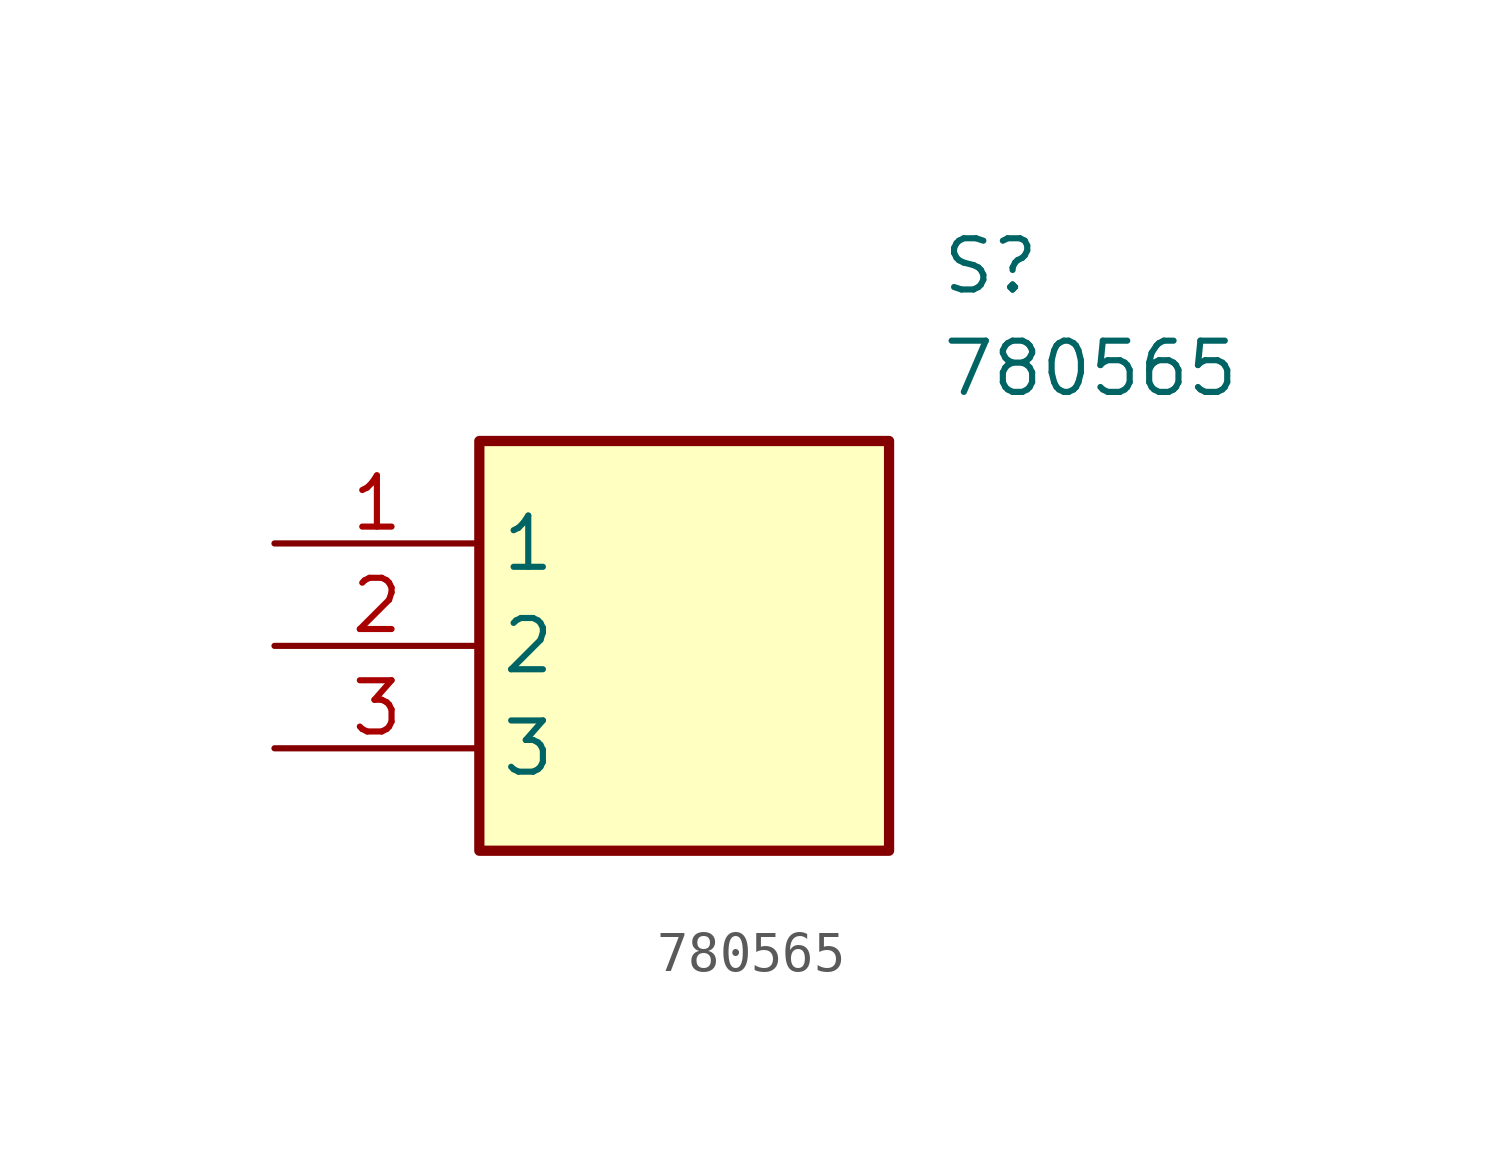
<source format=kicad_sym>
(kicad_symbol_lib
  (version 20211014)
  (generator SamacSys_ECAD_Model)
  (symbol "780565"
    (property "Reference" "S"
      (at 16.51 7.62 0)
      (effects (font (size 1.27 1.27)) (justify left top)))
    (property "Value" "780565"
      (at 16.51 5.08 0)
      (effects (font (size 1.27 1.27)) (justify left top)))
    (rectangle
      (start 5.08 2.54)
      (end 15.24 -7.62)
      (stroke (width 0.254) (type default))
      (fill (type background)))
    (pin passive line
      (at 0 0 0)
      (length 5.08)
      (name "1" (effects (font (size 1.27 1.27))))
      (number "1" (effects (font (size 1.27 1.27)))))
    (pin passive line
      (at 0 -2.54 0)
      (length 5.08)
      (name "2" (effects (font (size 1.27 1.27))))
      (number "2" (effects (font (size 1.27 1.27)))))
    (pin passive line
      (at 0 -5.08 0)
      (length 5.08)
      (name "3" (effects (font (size 1.27 1.27))))
      (number "3" (effects (font (size 1.27 1.27)))))))
</source>
